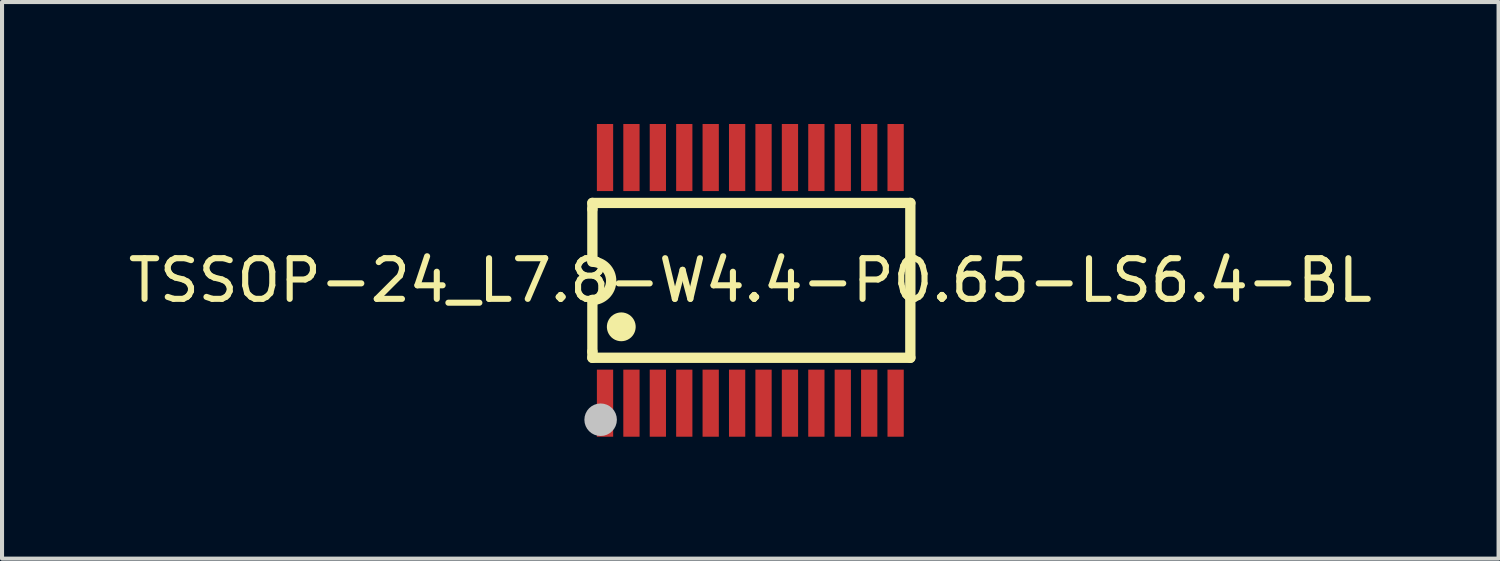
<source format=kicad_pcb>
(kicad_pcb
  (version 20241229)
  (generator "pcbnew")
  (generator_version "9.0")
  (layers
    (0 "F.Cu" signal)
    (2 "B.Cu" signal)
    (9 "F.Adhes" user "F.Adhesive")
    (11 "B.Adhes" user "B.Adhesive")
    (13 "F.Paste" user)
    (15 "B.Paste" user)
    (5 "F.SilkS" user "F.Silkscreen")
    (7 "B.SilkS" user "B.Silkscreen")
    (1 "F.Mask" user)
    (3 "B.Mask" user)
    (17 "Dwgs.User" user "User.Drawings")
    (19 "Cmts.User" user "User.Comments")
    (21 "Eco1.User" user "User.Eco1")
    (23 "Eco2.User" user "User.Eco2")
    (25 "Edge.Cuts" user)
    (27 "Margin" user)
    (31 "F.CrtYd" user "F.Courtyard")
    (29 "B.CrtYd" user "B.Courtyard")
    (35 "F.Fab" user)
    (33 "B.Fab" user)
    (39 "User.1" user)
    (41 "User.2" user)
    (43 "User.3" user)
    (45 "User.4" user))
  (footprint "TSSOP-24_L7.8-W4.4-P0.65-LS6.4-BL"
    (layer "F.Cu")
    (at 15.411 3.848)
    (property "Reference" "TSSOP-24_L7.8-W4.4-P0.65-LS6.4-BL" (at 0 0 0) (layer "F.SilkS") (effects (font (size 1 1) (thickness 0.15))))
    (fp_line (start -3.886 -1.905) (end 3.937 -1.905) (stroke (width 0.254) (type default)) (layer "F.SilkS"))
    (fp_line (start -3.886 -1.752) (end -3.886 -1.905) (stroke (width 0.254) (type default)) (layer "F.SilkS"))
    (fp_line (start -3.886 -0.482) (end -3.886 -1.752) (stroke (width 0.254) (type default)) (layer "F.SilkS"))
    (fp_line (start -3.886 1.752) (end -3.886 0.482) (stroke (width 0.254) (type default)) (layer "F.SilkS"))
    (fp_line (start -3.886 1.752) (end -3.886 1.905) (stroke (width 0.254) (type default)) (layer "F.SilkS"))
    (fp_line (start -3.886 1.905) (end 3.937 1.905) (stroke (width 0.254) (type default)) (layer "F.SilkS"))
    (fp_line (start 3.937 -1.905) (end 3.937 1.905) (stroke (width 0.254) (type default)) (layer "F.SilkS"))
    (fp_arc (start -3.886 -0.457) (mid -3.4165 0.0125) (end -3.886 0.4825) (stroke (width 0.254) (type default)) (layer "F.SilkS"))
    (fp_poly (pts (arc (start -3.529 1.143) (mid -3.175 0.789) (end -2.821 1.143)) (arc (start -2.821 1.143) (mid -3.175 1.497) (end -3.529 1.143))) (stroke (width 0) (type default)) (fill yes) (layer "F.SilkS"))
    (fp_circle (center -3.683 3.429) (end -3.483 3.429) (stroke (width 0.4) (type default)) (fill no) (layer "Dwgs.User"))
    (fp_poly (pts (xy -3.675 2.586) (xy -3.475 2.586) (xy -3.475 3.186) (xy -3.675 3.186)) (stroke (width 0.1) (type default)) (fill no) (layer "User.1"))
    (fp_poly (pts (xy -3.675 2.588) (xy -3.475 2.588) (xy -3.475 2.188) (xy -3.675 2.188)) (stroke (width 0.1) (type default)) (fill no) (layer "User.1"))
    (fp_poly (pts (xy -3.475 -2.588) (xy -3.675 -2.588) (xy -3.675 -2.188) (xy -3.475 -2.188)) (stroke (width 0.1) (type default)) (fill no) (layer "User.1"))
    (fp_poly (pts (xy -3.475 -2.586) (xy -3.675 -2.586) (xy -3.675 -3.186) (xy -3.475 -3.186)) (stroke (width 0.1) (type default)) (fill no) (layer "User.1"))
    (fp_poly (pts (xy -3.025 2.586) (xy -2.825 2.586) (xy -2.825 3.186) (xy -3.025 3.186)) (stroke (width 0.1) (type default)) (fill no) (layer "User.1"))
    (fp_poly (pts (xy -3.025 2.588) (xy -2.825 2.588) (xy -2.825 2.188) (xy -3.025 2.188)) (stroke (width 0.1) (type default)) (fill no) (layer "User.1"))
    (fp_poly (pts (xy -2.825 -2.588) (xy -3.025 -2.588) (xy -3.025 -2.188) (xy -2.825 -2.188)) (stroke (width 0.1) (type default)) (fill no) (layer "User.1"))
    (fp_poly (pts (xy -2.825 -2.586) (xy -3.025 -2.586) (xy -3.025 -3.186) (xy -2.825 -3.186)) (stroke (width 0.1) (type default)) (fill no) (layer "User.1"))
    (fp_poly (pts (xy -2.374 2.586) (xy -2.175 2.586) (xy -2.175 3.186) (xy -2.375 3.186)) (stroke (width 0.1) (type default)) (fill no) (layer "User.1"))
    (fp_poly (pts (xy -2.374 2.588) (xy -2.175 2.588) (xy -2.175 2.188) (xy -2.375 2.188)) (stroke (width 0.1) (type default)) (fill no) (layer "User.1"))
    (fp_poly (pts (xy -2.175 -2.588) (xy -2.375 -2.588) (xy -2.375 -2.188) (xy -2.175 -2.188)) (stroke (width 0.1) (type default)) (fill no) (layer "User.1"))
    (fp_poly (pts (xy -2.175 -2.586) (xy -2.375 -2.586) (xy -2.375 -3.186) (xy -2.175 -3.186)) (stroke (width 0.1) (type default)) (fill no) (layer "User.1"))
    (fp_poly (pts (xy -1.724 2.586) (xy -1.525 2.586) (xy -1.525 3.186) (xy -1.725 3.186)) (stroke (width 0.1) (type default)) (fill no) (layer "User.1"))
    (fp_poly (pts (xy -1.724 2.588) (xy -1.525 2.588) (xy -1.525 2.188) (xy -1.725 2.188)) (stroke (width 0.1) (type default)) (fill no) (layer "User.1"))
    (fp_poly (pts (xy -1.526 -2.588) (xy -1.725 -2.588) (xy -1.725 -2.188) (xy -1.525 -2.188)) (stroke (width 0.1) (type default)) (fill no) (layer "User.1"))
    (fp_poly (pts (xy -1.526 -2.586) (xy -1.725 -2.586) (xy -1.725 -3.186) (xy -1.525 -3.186)) (stroke (width 0.1) (type default)) (fill no) (layer "User.1"))
    (fp_poly (pts (xy -1.075 2.586) (xy -0.875 2.586) (xy -0.875 3.186) (xy -1.075 3.186)) (stroke (width 0.1) (type default)) (fill no) (layer "User.1"))
    (fp_poly (pts (xy -1.075 2.588) (xy -0.875 2.588) (xy -0.875 2.188) (xy -1.075 2.188)) (stroke (width 0.1) (type default)) (fill no) (layer "User.1"))
    (fp_poly (pts (xy -0.875 -2.588) (xy -1.075 -2.588) (xy -1.075 -2.188) (xy -0.875 -2.188)) (stroke (width 0.1) (type default)) (fill no) (layer "User.1"))
    (fp_poly (pts (xy -0.875 -2.586) (xy -1.075 -2.586) (xy -1.075 -3.186) (xy -0.875 -3.186)) (stroke (width 0.1) (type default)) (fill no) (layer "User.1"))
    (fp_poly (pts (xy -0.424 2.586) (xy -0.225 2.586) (xy -0.225 3.186) (xy -0.425 3.186)) (stroke (width 0.1) (type default)) (fill no) (layer "User.1"))
    (fp_poly (pts (xy -0.424 2.588) (xy -0.225 2.588) (xy -0.225 2.188) (xy -0.425 2.188)) (stroke (width 0.1) (type default)) (fill no) (layer "User.1"))
    (fp_poly (pts (xy -0.226 -2.588) (xy -0.425 -2.588) (xy -0.425 -2.188) (xy -0.225 -2.188)) (stroke (width 0.1) (type default)) (fill no) (layer "User.1"))
    (fp_poly (pts (xy -0.226 -2.586) (xy -0.425 -2.586) (xy -0.425 -3.186) (xy -0.225 -3.186)) (stroke (width 0.1) (type default)) (fill no) (layer "User.1"))
    (fp_poly (pts (xy 0.226 2.586) (xy 0.425 2.586) (xy 0.425 3.186) (xy 0.225 3.186)) (stroke (width 0.1) (type default)) (fill no) (layer "User.1"))
    (fp_poly (pts (xy 0.226 2.588) (xy 0.425 2.588) (xy 0.425 2.188) (xy 0.225 2.188)) (stroke (width 0.1) (type default)) (fill no) (layer "User.1"))
    (fp_poly (pts (xy 0.424 -2.588) (xy 0.225 -2.588) (xy 0.225 -2.188) (xy 0.425 -2.188)) (stroke (width 0.1) (type default)) (fill no) (layer "User.1"))
    (fp_poly (pts (xy 0.424 -2.586) (xy 0.225 -2.586) (xy 0.225 -3.186) (xy 0.425 -3.186)) (stroke (width 0.1) (type default)) (fill no) (layer "User.1"))
    (fp_poly (pts (xy 0.875 2.586) (xy 1.075 2.586) (xy 1.075 3.186) (xy 0.875 3.186)) (stroke (width 0.1) (type default)) (fill no) (layer "User.1"))
    (fp_poly (pts (xy 0.875 2.588) (xy 1.075 2.588) (xy 1.075 2.188) (xy 0.875 2.188)) (stroke (width 0.1) (type default)) (fill no) (layer "User.1"))
    (fp_poly (pts (xy 1.075 -2.588) (xy 0.875 -2.588) (xy 0.875 -2.188) (xy 1.075 -2.188)) (stroke (width 0.1) (type default)) (fill no) (layer "User.1"))
    (fp_poly (pts (xy 1.075 -2.586) (xy 0.875 -2.586) (xy 0.875 -3.186) (xy 1.075 -3.186)) (stroke (width 0.1) (type default)) (fill no) (layer "User.1"))
    (fp_poly (pts (xy 1.526 2.586) (xy 1.725 2.586) (xy 1.725 3.186) (xy 1.525 3.186)) (stroke (width 0.1) (type default)) (fill no) (layer "User.1"))
    (fp_poly (pts (xy 1.526 2.588) (xy 1.725 2.588) (xy 1.725 2.188) (xy 1.525 2.188)) (stroke (width 0.1) (type default)) (fill no) (layer "User.1"))
    (fp_poly (pts (xy 1.724 -2.588) (xy 1.525 -2.588) (xy 1.525 -2.188) (xy 1.725 -2.188)) (stroke (width 0.1) (type default)) (fill no) (layer "User.1"))
    (fp_poly (pts (xy 1.724 -2.586) (xy 1.525 -2.586) (xy 1.525 -3.186) (xy 1.725 -3.186)) (stroke (width 0.1) (type default)) (fill no) (layer "User.1"))
    (fp_poly (pts (xy 2.175 2.586) (xy 2.375 2.586) (xy 2.375 3.186) (xy 2.175 3.186)) (stroke (width 0.1) (type default)) (fill no) (layer "User.1"))
    (fp_poly (pts (xy 2.175 2.588) (xy 2.375 2.588) (xy 2.375 2.188) (xy 2.175 2.188)) (stroke (width 0.1) (type default)) (fill no) (layer "User.1"))
    (fp_poly (pts (xy 2.374 -2.588) (xy 2.175 -2.588) (xy 2.175 -2.188) (xy 2.375 -2.188)) (stroke (width 0.1) (type default)) (fill no) (layer "User.1"))
    (fp_poly (pts (xy 2.374 -2.586) (xy 2.175 -2.586) (xy 2.175 -3.186) (xy 2.375 -3.186)) (stroke (width 0.1) (type default)) (fill no) (layer "User.1"))
    (fp_poly (pts (xy 2.825 2.586) (xy 3.025 2.586) (xy 3.025 3.186) (xy 2.825 3.186)) (stroke (width 0.1) (type default)) (fill no) (layer "User.1"))
    (fp_poly (pts (xy 2.825 2.588) (xy 3.025 2.588) (xy 3.025 2.188) (xy 2.825 2.188)) (stroke (width 0.1) (type default)) (fill no) (layer "User.1"))
    (fp_poly (pts (xy 3.025 -2.588) (xy 2.825 -2.588) (xy 2.825 -2.188) (xy 3.025 -2.188)) (stroke (width 0.1) (type default)) (fill no) (layer "User.1"))
    (fp_poly (pts (xy 3.025 -2.586) (xy 2.825 -2.586) (xy 2.825 -3.186) (xy 3.025 -3.186)) (stroke (width 0.1) (type default)) (fill no) (layer "User.1"))
    (fp_poly (pts (xy 3.475 2.586) (xy 3.675 2.586) (xy 3.675 3.186) (xy 3.475 3.186)) (stroke (width 0.1) (type default)) (fill no) (layer "User.1"))
    (fp_poly (pts (xy 3.475 2.588) (xy 3.675 2.588) (xy 3.675 2.188) (xy 3.475 2.188)) (stroke (width 0.1) (type default)) (fill no) (layer "User.1"))
    (fp_poly (pts (xy 3.675 -2.588) (xy 3.475 -2.588) (xy 3.475 -2.188) (xy 3.675 -2.188)) (stroke (width 0.1) (type default)) (fill no) (layer "User.1"))
    (fp_poly (pts (xy 3.675 -2.586) (xy 3.475 -2.586) (xy 3.475 -3.186) (xy 3.675 -3.186)) (stroke (width 0.1) (type default)) (fill no) (layer "User.1"))
    (fp_line (start -3.9 -2.2) (end 3.9 -2.2) (stroke (width 0.051) (type default)) (layer "User.2"))
    (fp_line (start -3.9 2.2) (end -3.9 -2.2) (stroke (width 0.051) (type default)) (layer "User.2"))
    (fp_line (start 3.9 -2.2) (end 3.9 2.2) (stroke (width 0.051) (type default)) (layer "User.2"))
    (fp_line (start 3.9 2.2) (end -3.9 2.2) (stroke (width 0.051) (type default)) (layer "User.2"))
    (fp_poly (pts (xy -3.845 3.163) (xy -3.877 3.131) (xy -3.923 3.131) (xy -3.955 3.163) (xy -3.955 3.209) (xy -3.923 3.241) (xy -3.877 3.241) (xy -3.845 3.209)) (stroke (width 0.1) (type default)) (fill no) (layer "User.3"))
    (pad "1" smd rect (at -3.575 3.022) (size 0.4 1.65) (layers "F.Cu" "F.Mask" "F.Paste"))
    (pad "2" smd rect (at -2.925 3.022) (size 0.4 1.65) (layers "F.Cu" "F.Mask" "F.Paste"))
    (pad "3" smd rect (at -2.275 3.022) (size 0.4 1.65) (layers "F.Cu" "F.Mask" "F.Paste"))
    (pad "4" smd rect (at -1.625 3.022) (size 0.4 1.65) (layers "F.Cu" "F.Mask" "F.Paste"))
    (pad "5" smd rect (at -0.975 3.022) (size 0.4 1.65) (layers "F.Cu" "F.Mask" "F.Paste"))
    (pad "6" smd rect (at -0.325 3.022) (size 0.4 1.65) (layers "F.Cu" "F.Mask" "F.Paste"))
    (pad "7" smd rect (at 0.325 3.022) (size 0.4 1.65) (layers "F.Cu" "F.Mask" "F.Paste"))
    (pad "8" smd rect (at 0.975 3.022) (size 0.4 1.65) (layers "F.Cu" "F.Mask" "F.Paste"))
    (pad "9" smd rect (at 1.625 3.022) (size 0.4 1.65) (layers "F.Cu" "F.Mask" "F.Paste"))
    (pad "10" smd rect (at 2.275 3.022) (size 0.4 1.65) (layers "F.Cu" "F.Mask" "F.Paste"))
    (pad "11" smd rect (at 2.925 3.022) (size 0.4 1.65) (layers "F.Cu" "F.Mask" "F.Paste"))
    (pad "12" smd rect (at 3.575 3.022) (size 0.4 1.65) (layers "F.Cu" "F.Mask" "F.Paste"))
    (pad "13" smd rect (at 3.575 -3.022) (size 0.4 1.65) (layers "F.Cu" "F.Mask" "F.Paste"))
    (pad "14" smd rect (at 2.925 -3.022) (size 0.4 1.65) (layers "F.Cu" "F.Mask" "F.Paste"))
    (pad "15" smd rect (at 2.275 -3.022) (size 0.4 1.65) (layers "F.Cu" "F.Mask" "F.Paste"))
    (pad "16" smd rect (at 1.625 -3.022) (size 0.4 1.65) (layers "F.Cu" "F.Mask" "F.Paste"))
    (pad "17" smd rect (at 0.975 -3.022) (size 0.4 1.65) (layers "F.Cu" "F.Mask" "F.Paste"))
    (pad "18" smd rect (at 0.325 -3.022) (size 0.4 1.65) (layers "F.Cu" "F.Mask" "F.Paste"))
    (pad "19" smd rect (at -0.325 -3.022) (size 0.4 1.65) (layers "F.Cu" "F.Mask" "F.Paste"))
    (pad "20" smd rect (at -0.975 -3.022) (size 0.4 1.65) (layers "F.Cu" "F.Mask" "F.Paste"))
    (pad "21" smd rect (at -1.625 -3.022) (size 0.4 1.65) (layers "F.Cu" "F.Mask" "F.Paste"))
    (pad "22" smd rect (at -2.275 -3.022) (size 0.4 1.65) (layers "F.Cu" "F.Mask" "F.Paste"))
    (pad "23" smd rect (at -2.925 -3.022) (size 0.4 1.65) (layers "F.Cu" "F.Mask" "F.Paste"))
    (pad "24" smd rect (at -3.575 -3.022) (size 0.4 1.65) (layers "F.Cu" "F.Mask" "F.Paste")))
  (gr_rect
    (start -3 -3)
    (end 33.821 10.695)
    (stroke (width 0.1) (type default))
    (fill no)
    (layer "Edge.Cuts")))
</source>
